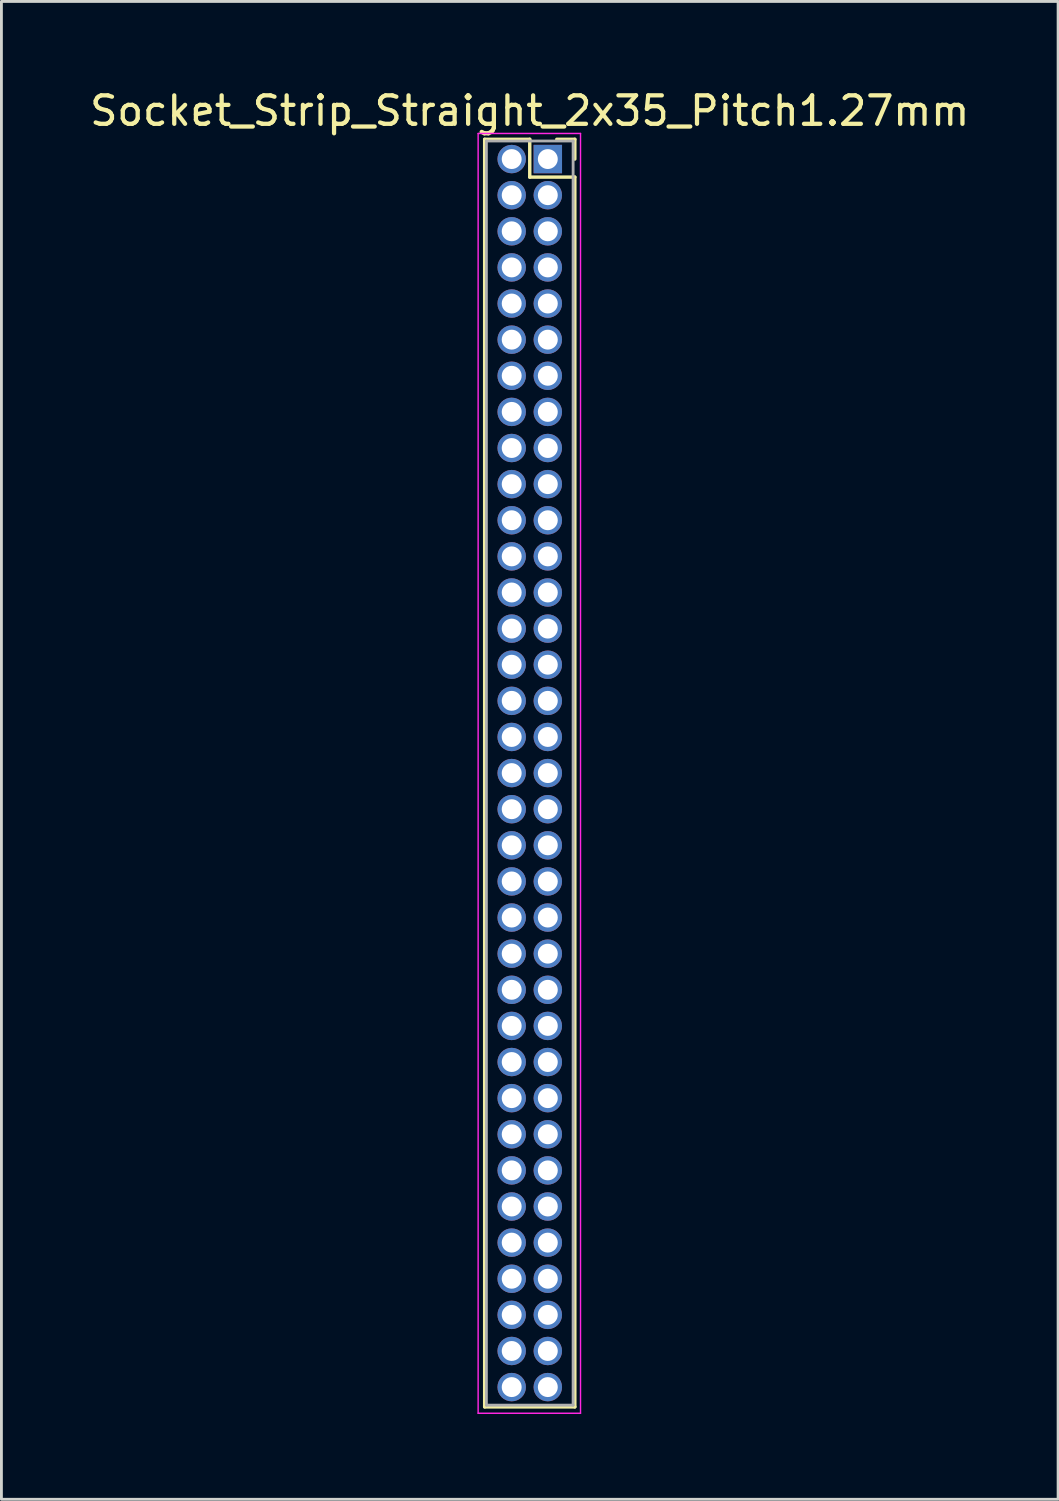
<source format=kicad_pcb>
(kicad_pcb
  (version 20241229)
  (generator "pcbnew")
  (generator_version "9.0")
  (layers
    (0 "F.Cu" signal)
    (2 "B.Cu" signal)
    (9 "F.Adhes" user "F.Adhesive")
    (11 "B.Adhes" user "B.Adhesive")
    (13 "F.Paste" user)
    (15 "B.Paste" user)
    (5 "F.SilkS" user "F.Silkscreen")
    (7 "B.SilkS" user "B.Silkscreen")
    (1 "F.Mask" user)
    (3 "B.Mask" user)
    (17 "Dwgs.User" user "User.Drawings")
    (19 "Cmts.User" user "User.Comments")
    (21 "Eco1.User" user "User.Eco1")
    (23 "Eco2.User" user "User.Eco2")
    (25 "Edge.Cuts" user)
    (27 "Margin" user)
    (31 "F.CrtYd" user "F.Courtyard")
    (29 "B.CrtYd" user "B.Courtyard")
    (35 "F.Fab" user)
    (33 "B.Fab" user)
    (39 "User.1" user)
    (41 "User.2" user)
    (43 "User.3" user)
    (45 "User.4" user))
  (footprint "Socket_Strip_Straight_2x35_Pitch1.27mm"
    (layer "F.Cu")
    (at 16.212 2.543)
    (property "Reference" "Socket_Strip_Straight_2x35_Pitch1.27mm" (at -0.635 -1.695 0) (layer "F.SilkS") (effects (font (size 1 1) (thickness 0.15))))
    (attr through_hole)
    (fp_line (start -2.22 -0.695) (end -0.635 -0.695) (stroke (width 0.12) (type solid)) (layer "F.SilkS"))
    (fp_line (start -2.22 43.875) (end -2.22 -0.695) (stroke (width 0.12) (type solid)) (layer "F.SilkS"))
    (fp_line (start -0.635 -0.695) (end -0.635 0.635) (stroke (width 0.12) (type solid)) (layer "F.SilkS"))
    (fp_line (start -0.635 0.635) (end 0.95 0.635) (stroke (width 0.12) (type solid)) (layer "F.SilkS"))
    (fp_line (start 0.95 -0.695) (end 0.315 -0.695) (stroke (width 0.12) (type solid)) (layer "F.SilkS"))
    (fp_line (start 0.95 0) (end 0.95 -0.695) (stroke (width 0.12) (type solid)) (layer "F.SilkS"))
    (fp_line (start 0.95 0.635) (end 0.95 43.875) (stroke (width 0.12) (type solid)) (layer "F.SilkS"))
    (fp_line (start 0.95 43.875) (end -2.22 43.875) (stroke (width 0.12) (type solid)) (layer "F.SilkS"))
    (fp_line (start -2.45 -0.9) (end -2.45 44.1) (stroke (width 0.05) (type solid)) (layer "F.CrtYd"))
    (fp_line (start -2.45 44.1) (end 1.15 44.1) (stroke (width 0.05) (type solid)) (layer "F.CrtYd"))
    (fp_line (start 1.15 -0.9) (end -2.45 -0.9) (stroke (width 0.05) (type solid)) (layer "F.CrtYd"))
    (fp_line (start 1.15 44.1) (end 1.15 -0.9) (stroke (width 0.05) (type solid)) (layer "F.CrtYd"))
    (fp_line (start -2.16 -0.635) (end -2.16 43.815) (stroke (width 0.1) (type solid)) (layer "F.Fab"))
    (fp_line (start -2.16 43.815) (end 0.89 43.815) (stroke (width 0.1) (type solid)) (layer "F.Fab"))
    (fp_line (start 0.89 -0.635) (end -2.16 -0.635) (stroke (width 0.1) (type solid)) (layer "F.Fab"))
    (fp_line (start 0.89 43.815) (end 0.89 -0.635) (stroke (width 0.1) (type solid)) (layer "F.Fab"))
    (pad "1" thru_hole rect (at 0 0) (size 1 1) (drill 0.7) (layers "*.Cu" "*.Mask"))
    (pad "2" thru_hole oval (at -1.27 0) (size 1 1) (drill 0.7) (layers "*.Cu" "*.Mask"))
    (pad "3" thru_hole oval (at 0 1.27) (size 1 1) (drill 0.7) (layers "*.Cu" "*.Mask"))
    (pad "4" thru_hole oval (at -1.27 1.27) (size 1 1) (drill 0.7) (layers "*.Cu" "*.Mask"))
    (pad "5" thru_hole oval (at 0 2.54) (size 1 1) (drill 0.7) (layers "*.Cu" "*.Mask"))
    (pad "6" thru_hole oval (at -1.27 2.54) (size 1 1) (drill 0.7) (layers "*.Cu" "*.Mask"))
    (pad "7" thru_hole oval (at 0 3.81) (size 1 1) (drill 0.7) (layers "*.Cu" "*.Mask"))
    (pad "8" thru_hole oval (at -1.27 3.81) (size 1 1) (drill 0.7) (layers "*.Cu" "*.Mask"))
    (pad "9" thru_hole oval (at 0 5.08) (size 1 1) (drill 0.7) (layers "*.Cu" "*.Mask"))
    (pad "10" thru_hole oval (at -1.27 5.08) (size 1 1) (drill 0.7) (layers "*.Cu" "*.Mask"))
    (pad "11" thru_hole oval (at 0 6.35) (size 1 1) (drill 0.7) (layers "*.Cu" "*.Mask"))
    (pad "12" thru_hole oval (at -1.27 6.35) (size 1 1) (drill 0.7) (layers "*.Cu" "*.Mask"))
    (pad "13" thru_hole oval (at 0 7.62) (size 1 1) (drill 0.7) (layers "*.Cu" "*.Mask"))
    (pad "14" thru_hole oval (at -1.27 7.62) (size 1 1) (drill 0.7) (layers "*.Cu" "*.Mask"))
    (pad "15" thru_hole oval (at 0 8.89) (size 1 1) (drill 0.7) (layers "*.Cu" "*.Mask"))
    (pad "16" thru_hole oval (at -1.27 8.89) (size 1 1) (drill 0.7) (layers "*.Cu" "*.Mask"))
    (pad "17" thru_hole oval (at 0 10.16) (size 1 1) (drill 0.7) (layers "*.Cu" "*.Mask"))
    (pad "18" thru_hole oval (at -1.27 10.16) (size 1 1) (drill 0.7) (layers "*.Cu" "*.Mask"))
    (pad "19" thru_hole oval (at 0 11.43) (size 1 1) (drill 0.7) (layers "*.Cu" "*.Mask"))
    (pad "20" thru_hole oval (at -1.27 11.43) (size 1 1) (drill 0.7) (layers "*.Cu" "*.Mask"))
    (pad "21" thru_hole oval (at 0 12.7) (size 1 1) (drill 0.7) (layers "*.Cu" "*.Mask"))
    (pad "22" thru_hole oval (at -1.27 12.7) (size 1 1) (drill 0.7) (layers "*.Cu" "*.Mask"))
    (pad "23" thru_hole oval (at 0 13.97) (size 1 1) (drill 0.7) (layers "*.Cu" "*.Mask"))
    (pad "24" thru_hole oval (at -1.27 13.97) (size 1 1) (drill 0.7) (layers "*.Cu" "*.Mask"))
    (pad "25" thru_hole oval (at 0 15.24) (size 1 1) (drill 0.7) (layers "*.Cu" "*.Mask"))
    (pad "26" thru_hole oval (at -1.27 15.24) (size 1 1) (drill 0.7) (layers "*.Cu" "*.Mask"))
    (pad "27" thru_hole oval (at 0 16.51) (size 1 1) (drill 0.7) (layers "*.Cu" "*.Mask"))
    (pad "28" thru_hole oval (at -1.27 16.51) (size 1 1) (drill 0.7) (layers "*.Cu" "*.Mask"))
    (pad "29" thru_hole oval (at 0 17.78) (size 1 1) (drill 0.7) (layers "*.Cu" "*.Mask"))
    (pad "30" thru_hole oval (at -1.27 17.78) (size 1 1) (drill 0.7) (layers "*.Cu" "*.Mask"))
    (pad "31" thru_hole oval (at 0 19.05) (size 1 1) (drill 0.7) (layers "*.Cu" "*.Mask"))
    (pad "32" thru_hole oval (at -1.27 19.05) (size 1 1) (drill 0.7) (layers "*.Cu" "*.Mask"))
    (pad "33" thru_hole oval (at 0 20.32) (size 1 1) (drill 0.7) (layers "*.Cu" "*.Mask"))
    (pad "34" thru_hole oval (at -1.27 20.32) (size 1 1) (drill 0.7) (layers "*.Cu" "*.Mask"))
    (pad "35" thru_hole oval (at 0 21.59) (size 1 1) (drill 0.7) (layers "*.Cu" "*.Mask"))
    (pad "36" thru_hole oval (at -1.27 21.59) (size 1 1) (drill 0.7) (layers "*.Cu" "*.Mask"))
    (pad "37" thru_hole oval (at 0 22.86) (size 1 1) (drill 0.7) (layers "*.Cu" "*.Mask"))
    (pad "38" thru_hole oval (at -1.27 22.86) (size 1 1) (drill 0.7) (layers "*.Cu" "*.Mask"))
    (pad "39" thru_hole oval (at 0 24.13) (size 1 1) (drill 0.7) (layers "*.Cu" "*.Mask"))
    (pad "40" thru_hole oval (at -1.27 24.13) (size 1 1) (drill 0.7) (layers "*.Cu" "*.Mask"))
    (pad "41" thru_hole oval (at 0 25.4) (size 1 1) (drill 0.7) (layers "*.Cu" "*.Mask"))
    (pad "42" thru_hole oval (at -1.27 25.4) (size 1 1) (drill 0.7) (layers "*.Cu" "*.Mask"))
    (pad "43" thru_hole oval (at 0 26.67) (size 1 1) (drill 0.7) (layers "*.Cu" "*.Mask"))
    (pad "44" thru_hole oval (at -1.27 26.67) (size 1 1) (drill 0.7) (layers "*.Cu" "*.Mask"))
    (pad "45" thru_hole oval (at 0 27.94) (size 1 1) (drill 0.7) (layers "*.Cu" "*.Mask"))
    (pad "46" thru_hole oval (at -1.27 27.94) (size 1 1) (drill 0.7) (layers "*.Cu" "*.Mask"))
    (pad "47" thru_hole oval (at 0 29.21) (size 1 1) (drill 0.7) (layers "*.Cu" "*.Mask"))
    (pad "48" thru_hole oval (at -1.27 29.21) (size 1 1) (drill 0.7) (layers "*.Cu" "*.Mask"))
    (pad "49" thru_hole oval (at 0 30.48) (size 1 1) (drill 0.7) (layers "*.Cu" "*.Mask"))
    (pad "50" thru_hole oval (at -1.27 30.48) (size 1 1) (drill 0.7) (layers "*.Cu" "*.Mask"))
    (pad "51" thru_hole oval (at 0 31.75) (size 1 1) (drill 0.7) (layers "*.Cu" "*.Mask"))
    (pad "52" thru_hole oval (at -1.27 31.75) (size 1 1) (drill 0.7) (layers "*.Cu" "*.Mask"))
    (pad "53" thru_hole oval (at 0 33.02) (size 1 1) (drill 0.7) (layers "*.Cu" "*.Mask"))
    (pad "54" thru_hole oval (at -1.27 33.02) (size 1 1) (drill 0.7) (layers "*.Cu" "*.Mask"))
    (pad "55" thru_hole oval (at 0 34.29) (size 1 1) (drill 0.7) (layers "*.Cu" "*.Mask"))
    (pad "56" thru_hole oval (at -1.27 34.29) (size 1 1) (drill 0.7) (layers "*.Cu" "*.Mask"))
    (pad "57" thru_hole oval (at 0 35.56) (size 1 1) (drill 0.7) (layers "*.Cu" "*.Mask"))
    (pad "58" thru_hole oval (at -1.27 35.56) (size 1 1) (drill 0.7) (layers "*.Cu" "*.Mask"))
    (pad "59" thru_hole oval (at 0 36.83) (size 1 1) (drill 0.7) (layers "*.Cu" "*.Mask"))
    (pad "60" thru_hole oval (at -1.27 36.83) (size 1 1) (drill 0.7) (layers "*.Cu" "*.Mask"))
    (pad "61" thru_hole oval (at 0 38.1) (size 1 1) (drill 0.7) (layers "*.Cu" "*.Mask"))
    (pad "62" thru_hole oval (at -1.27 38.1) (size 1 1) (drill 0.7) (layers "*.Cu" "*.Mask"))
    (pad "63" thru_hole oval (at 0 39.37) (size 1 1) (drill 0.7) (layers "*.Cu" "*.Mask"))
    (pad "64" thru_hole oval (at -1.27 39.37) (size 1 1) (drill 0.7) (layers "*.Cu" "*.Mask"))
    (pad "65" thru_hole oval (at 0 40.64) (size 1 1) (drill 0.7) (layers "*.Cu" "*.Mask"))
    (pad "66" thru_hole oval (at -1.27 40.64) (size 1 1) (drill 0.7) (layers "*.Cu" "*.Mask"))
    (pad "67" thru_hole oval (at 0 41.91) (size 1 1) (drill 0.7) (layers "*.Cu" "*.Mask"))
    (pad "68" thru_hole oval (at -1.27 41.91) (size 1 1) (drill 0.7) (layers "*.Cu" "*.Mask"))
    (pad "69" thru_hole oval (at 0 43.18) (size 1 1) (drill 0.7) (layers "*.Cu" "*.Mask"))
    (pad "70" thru_hole oval (at -1.27 43.18) (size 1 1) (drill 0.7) (layers "*.Cu" "*.Mask")))
  (gr_rect
    (start -3 -3)
    (end 34.155 49.668)
    (stroke (width 0.1) (type default))
    (fill no)
    (layer "Edge.Cuts")))
</source>
